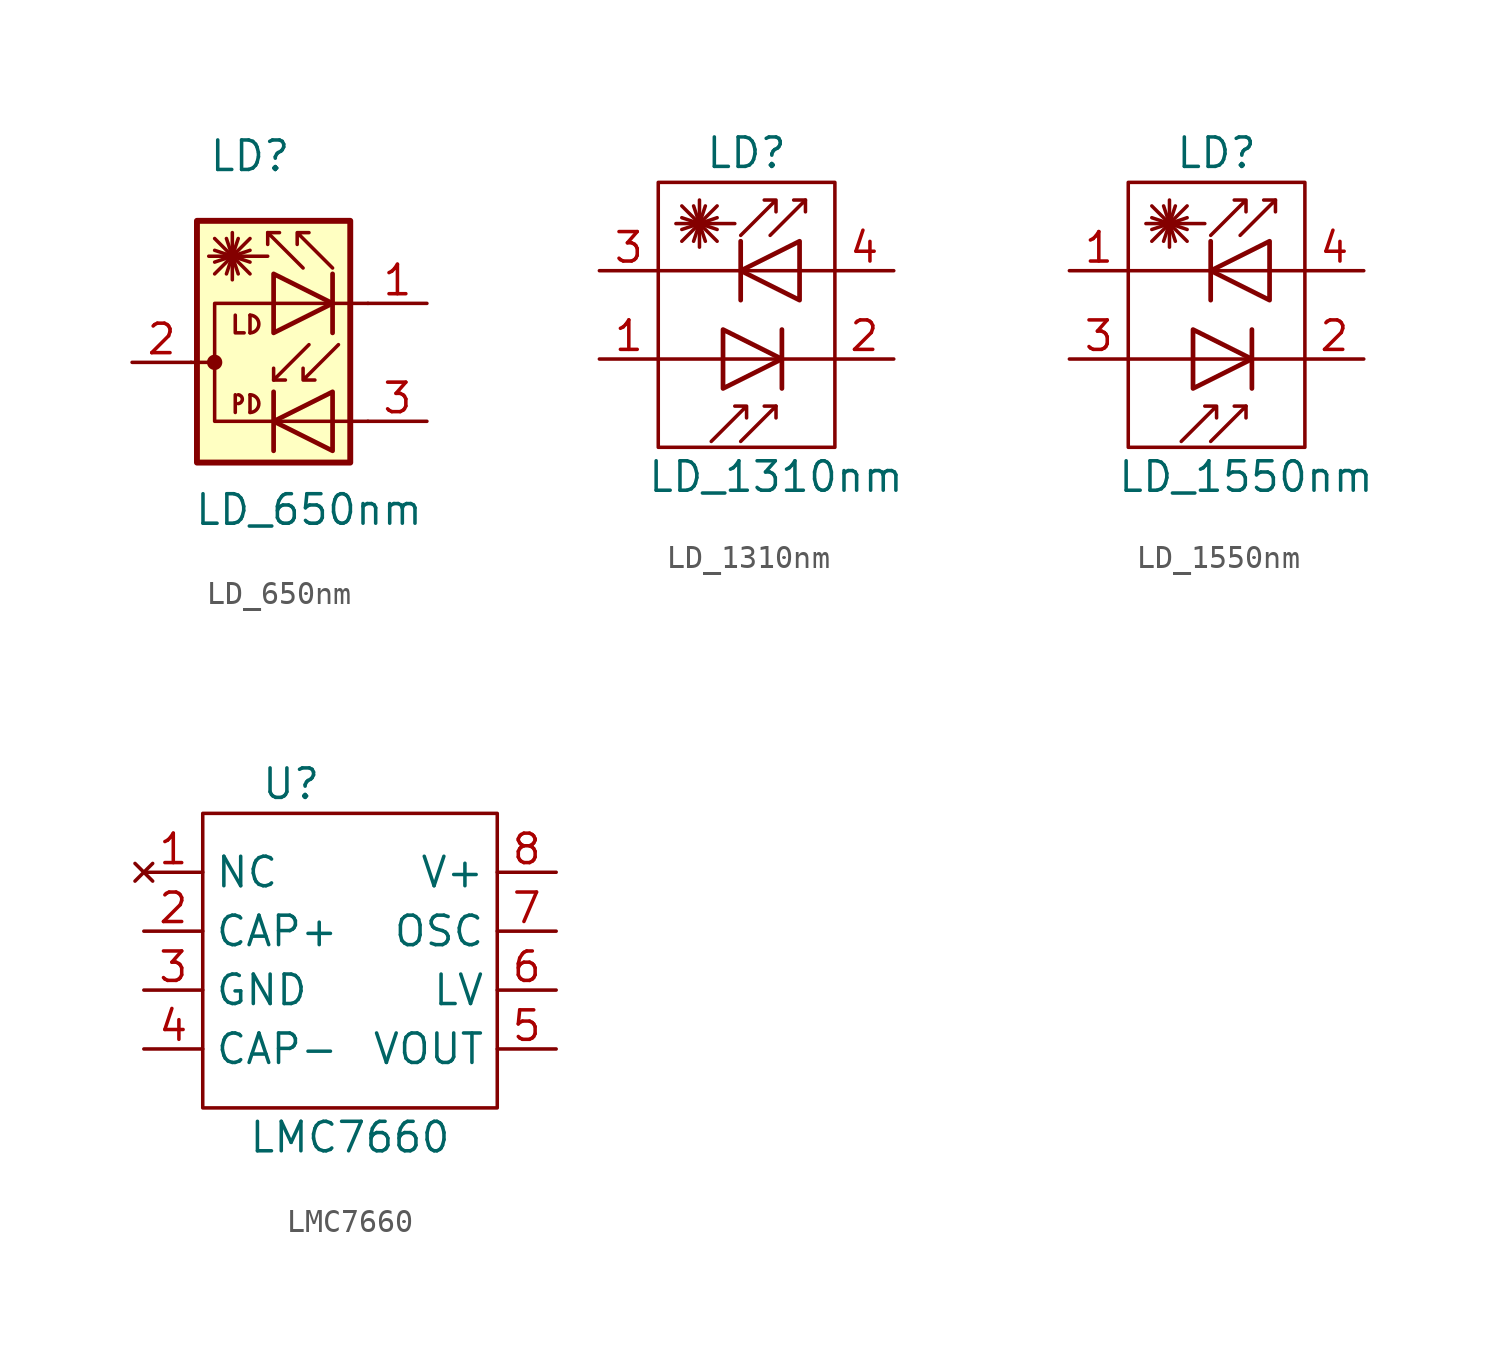
<source format=kicad_sym>
(kicad_symbol_lib
  (version 20220914)
  (generator kicad_symbol_editor)
  (symbol "LD_650nm"
    (pin_names
      (offset 1.016))
    (property "Reference" "LD"
      (at -1.27 8.89 0)
      (effects (font (size 1.27 1.27))))
    (property "Value" "LD_650nm"
      (at 1.27 -6.35 0)
      (effects (font (size 1.27 1.27))))
    (symbol "LD_650nm_1_1"
      (circle (center -2.794 0) (radius 0.254) (stroke (width 0) (type default)) (fill (type outline)))
      (arc (start -1.778 -1.778) (mid -1.6002 -1.6002) (end -1.778 -1.397) (stroke (width 0) (type default)) (fill (type none)))
      (arc (start -1.27 -2.159) (mid -0.8906 -1.778) (end -1.27 -1.397) (stroke (width 0) (type default)) (fill (type none)))
      (arc (start -1.27 1.27) (mid -0.8906 1.651) (end -1.27 2.032) (stroke (width 0) (type default)) (fill (type none)))
      (polyline (pts (xy -3.81 0) (xy -2.794 0)) (stroke (width 0) (type default)) (fill (type none)))
      (polyline (pts (xy -2.794 3.81) (xy -1.27 5.334)) (stroke (width 0) (type default)) (fill (type none)))
      (polyline (pts (xy -2.794 4.318) (xy -1.27 4.826)) (stroke (width 0) (type default)) (fill (type none)))
      (polyline (pts (xy -2.794 4.826) (xy -1.27 4.318)) (stroke (width 0) (type default)) (fill (type none)))
      (polyline (pts (xy -2.794 5.334) (xy -1.27 3.81)) (stroke (width 0) (type default)) (fill (type none)))
      (polyline (pts (xy -2.286 5.334) (xy -1.778 3.81)) (stroke (width 0) (type default)) (fill (type none)))
      (polyline (pts (xy -2.032 4.572) (xy -2.032 3.556)) (stroke (width 0) (type default)) (fill (type none)))
      (polyline (pts (xy -2.032 4.572) (xy -2.032 5.588)) (stroke (width 0) (type default)) (fill (type none)))
      (polyline (pts (xy -1.905 -1.397) (xy -1.905 -2.159)) (stroke (width 0) (type default)) (fill (type none)))
      (polyline (pts (xy -1.778 5.334) (xy -2.286 3.81)) (stroke (width 0) (type default)) (fill (type none)))
      (polyline (pts (xy -1.27 -1.397) (xy -1.27 -2.159)) (stroke (width 0) (type default)) (fill (type none)))
      (polyline (pts (xy -1.27 2.032) (xy -1.27 1.27)) (stroke (width 0) (type default)) (fill (type none)))
      (polyline (pts (xy -0.508 4.572) (xy -3.048 4.572)) (stroke (width 0) (type default)) (fill (type none)))
      (polyline (pts (xy -0.508 5.588) (xy 0 5.588)) (stroke (width 0) (type default)) (fill (type none)))
      (polyline (pts (xy -0.254 -1.27) (xy -0.254 -3.81)) (stroke (width 0.203) (type default)) (fill (type none)))
      (polyline (pts (xy -0.254 -0.762) (xy 0.254 -0.762)) (stroke (width 0) (type default)) (fill (type none)))
      (polyline (pts (xy 2.286 3.81) (xy 2.286 1.27)) (stroke (width 0.203) (type default)) (fill (type none)))
      (polyline (pts (xy -1.905 2.032) (xy -1.905 1.27) (xy -1.524 1.27)) (stroke (width 0) (type default)) (fill (type none)))
      (polyline (pts (xy 1.016 4.064) (xy -0.508 5.588) (xy -0.508 5.08)) (stroke (width 0) (type default)) (fill (type none)))
      (polyline (pts (xy 1.27 0.762) (xy -0.254 -0.762) (xy -0.254 -0.254)) (stroke (width 0) (type default)) (fill (type none)))
      (polyline (pts (xy -0.254 3.81) (xy -0.254 1.27) (xy 2.286 2.54) (xy -0.254 3.81)) (stroke (width 0.203) (type default)) (fill (type none)))
      (polyline (pts (xy 2.286 -1.27) (xy 2.286 -3.81) (xy -0.254 -2.54) (xy 2.286 -1.27)) (stroke (width 0.203) (type default)) (fill (type none)))
      (polyline (pts (xy 3.81 2.54) (xy -2.794 2.54) (xy -2.794 -2.54) (xy 3.81 -2.54)) (stroke (width 0) (type default)) (fill (type none)))
      (polyline (pts (xy 2.286 4.064) (xy 0.762 5.588) (xy 0.762 5.08) (xy 0.762 5.588) (xy 1.27 5.588)) (stroke (width 0) (type default)) (fill (type none)))
      (polyline (pts (xy 2.54 0.762) (xy 1.016 -0.762) (xy 1.016 -0.254) (xy 1.016 -0.762) (xy 1.524 -0.762)) (stroke (width 0) (type default)) (fill (type none)))
      (rectangle (start 3.048 6.096) (end -3.556 -4.318) (stroke (width 0.254) (type default)) (fill (type background)))
      (pin passive line (at 6.35 2.54 180) (length 2.54) (name "~" (effects (font (size 1.27 1.27)))) (number "1" (effects (font (size 1.27 1.27)))))
      (pin passive line (at -6.35 0 0) (length 2.54) (name "~" (effects (font (size 1.27 1.27)))) (number "2" (effects (font (size 1.27 1.27)))))
      (pin passive line (at 6.35 -2.54 180) (length 2.54) (name "~" (effects (font (size 1.27 1.27)))) (number "3" (effects (font (size 1.27 1.27)))))))
  (symbol "LD_1310nm"
    (pin_names
      (offset 1.016))
    (property "Reference" "LD"
      (at 0 7.62 0)
      (effects (font (size 1.27 1.27))))
    (property "Value" "LD_1310nm"
      (at 1.27 -6.35 0)
      (effects (font (size 1.27 1.27))))
    (symbol "LD_1310nm_1_1"
      (rectangle (start -3.81 6.35) (end 3.81 -5.08) (stroke (width 0) (type default)) (fill (type none)))
      (polyline (pts (xy -3.81 -1.27) (xy 3.81 -1.27)) (stroke (width 0) (type default)) (fill (type none)))
      (polyline (pts (xy -2.794 3.81) (xy -1.27 5.334)) (stroke (width 0) (type default)) (fill (type none)))
      (polyline (pts (xy -2.794 4.318) (xy -1.27 4.826)) (stroke (width 0) (type default)) (fill (type none)))
      (polyline (pts (xy -2.794 4.826) (xy -1.27 4.318)) (stroke (width 0) (type default)) (fill (type none)))
      (polyline (pts (xy -2.794 5.334) (xy -1.27 3.81)) (stroke (width 0) (type default)) (fill (type none)))
      (polyline (pts (xy -2.286 5.334) (xy -1.778 3.81)) (stroke (width 0) (type default)) (fill (type none)))
      (polyline (pts (xy -2.032 4.572) (xy -2.032 3.556)) (stroke (width 0) (type default)) (fill (type none)))
      (polyline (pts (xy -2.032 4.572) (xy -2.032 5.588)) (stroke (width 0) (type default)) (fill (type none)))
      (polyline (pts (xy -1.778 5.334) (xy -2.286 3.81)) (stroke (width 0) (type default)) (fill (type none)))
      (polyline (pts (xy -0.508 4.572) (xy -3.048 4.572)) (stroke (width 0) (type default)) (fill (type none)))
      (polyline (pts (xy -0.254 3.81) (xy -0.254 1.27)) (stroke (width 0.203) (type default)) (fill (type none)))
      (polyline (pts (xy 1.27 -3.302) (xy 0.762 -3.302)) (stroke (width 0) (type default)) (fill (type none)))
      (polyline (pts (xy 1.524 -2.54) (xy 1.524 0)) (stroke (width 0.203) (type default)) (fill (type none)))
      (polyline (pts (xy 2.54 5.588) (xy 2.032 5.588)) (stroke (width 0) (type default)) (fill (type none)))
      (polyline (pts (xy 3.81 2.54) (xy -3.81 2.54)) (stroke (width 0) (type default)) (fill (type none)))
      (polyline (pts (xy -0.254 -4.826) (xy 1.27 -3.302) (xy 1.27 -3.81)) (stroke (width 0) (type default)) (fill (type none)))
      (polyline (pts (xy 1.016 4.064) (xy 2.54 5.588) (xy 2.54 5.08)) (stroke (width 0) (type default)) (fill (type none)))
      (polyline (pts (xy -1.016 -2.54) (xy -1.016 0) (xy 1.524 -1.27) (xy -1.016 -2.54)) (stroke (width 0.203) (type default)) (fill (type none)))
      (polyline (pts (xy 2.286 3.81) (xy 2.286 1.27) (xy -0.254 2.54) (xy 2.286 3.81)) (stroke (width 0.203) (type default)) (fill (type none)))
      (polyline (pts (xy -1.524 -4.826) (xy 0 -3.302) (xy 0 -3.81) (xy 0 -3.302) (xy -0.508 -3.302)) (stroke (width 0) (type default)) (fill (type none)))
      (polyline (pts (xy -0.254 4.064) (xy 1.27 5.588) (xy 1.27 5.08) (xy 1.27 5.588) (xy 0.762 5.588)) (stroke (width 0) (type default)) (fill (type none)))
      (pin passive line (at -6.35 -1.27 0) (length 2.54) (name "~" (effects (font (size 1.27 1.27)))) (number "1" (effects (font (size 1.27 1.27)))))
      (pin passive line (at 6.35 -1.27 180) (length 2.54) (name "~" (effects (font (size 1.27 1.27)))) (number "2" (effects (font (size 1.27 1.27)))))
      (pin passive line (at -6.35 2.54 0) (length 2.54) (name "~" (effects (font (size 1.27 1.27)))) (number "3" (effects (font (size 1.27 1.27)))))
      (pin passive line (at 6.35 2.54 180) (length 2.54) (name "~" (effects (font (size 1.27 1.27)))) (number "4" (effects (font (size 1.27 1.27)))))))
  (symbol "LD_1550nm"
    (pin_names
      (offset 1.016))
    (property "Reference" "LD"
      (at 0 7.62 0)
      (effects (font (size 1.27 1.27))))
    (property "Value" "LD_1550nm"
      (at 1.27 -6.35 0)
      (effects (font (size 1.27 1.27))))
    (symbol "LD_1550nm_1_1"
      (rectangle (start -3.81 6.35) (end 3.81 -5.08) (stroke (width 0) (type default)) (fill (type none)))
      (polyline (pts (xy -3.81 -1.27) (xy 3.81 -1.27)) (stroke (width 0) (type default)) (fill (type none)))
      (polyline (pts (xy -2.794 3.81) (xy -1.27 5.334)) (stroke (width 0) (type default)) (fill (type none)))
      (polyline (pts (xy -2.794 4.318) (xy -1.27 4.826)) (stroke (width 0) (type default)) (fill (type none)))
      (polyline (pts (xy -2.794 4.826) (xy -1.27 4.318)) (stroke (width 0) (type default)) (fill (type none)))
      (polyline (pts (xy -2.794 5.334) (xy -1.27 3.81)) (stroke (width 0) (type default)) (fill (type none)))
      (polyline (pts (xy -2.286 5.334) (xy -1.778 3.81)) (stroke (width 0) (type default)) (fill (type none)))
      (polyline (pts (xy -2.032 4.572) (xy -2.032 3.556)) (stroke (width 0) (type default)) (fill (type none)))
      (polyline (pts (xy -2.032 4.572) (xy -2.032 5.588)) (stroke (width 0) (type default)) (fill (type none)))
      (polyline (pts (xy -1.778 5.334) (xy -2.286 3.81)) (stroke (width 0) (type default)) (fill (type none)))
      (polyline (pts (xy -0.508 4.572) (xy -3.048 4.572)) (stroke (width 0) (type default)) (fill (type none)))
      (polyline (pts (xy -0.254 3.81) (xy -0.254 1.27)) (stroke (width 0.203) (type default)) (fill (type none)))
      (polyline (pts (xy 1.27 -3.302) (xy 0.762 -3.302)) (stroke (width 0) (type default)) (fill (type none)))
      (polyline (pts (xy 1.524 -2.54) (xy 1.524 0)) (stroke (width 0.203) (type default)) (fill (type none)))
      (polyline (pts (xy 2.54 5.588) (xy 2.032 5.588)) (stroke (width 0) (type default)) (fill (type none)))
      (polyline (pts (xy 3.81 2.54) (xy -3.81 2.54)) (stroke (width 0) (type default)) (fill (type none)))
      (polyline (pts (xy -0.254 -4.826) (xy 1.27 -3.302) (xy 1.27 -3.81)) (stroke (width 0) (type default)) (fill (type none)))
      (polyline (pts (xy 1.016 4.064) (xy 2.54 5.588) (xy 2.54 5.08)) (stroke (width 0) (type default)) (fill (type none)))
      (polyline (pts (xy -1.016 -2.54) (xy -1.016 0) (xy 1.524 -1.27) (xy -1.016 -2.54)) (stroke (width 0.203) (type default)) (fill (type none)))
      (polyline (pts (xy 2.286 3.81) (xy 2.286 1.27) (xy -0.254 2.54) (xy 2.286 3.81)) (stroke (width 0.203) (type default)) (fill (type none)))
      (polyline (pts (xy -1.524 -4.826) (xy 0 -3.302) (xy 0 -3.81) (xy 0 -3.302) (xy -0.508 -3.302)) (stroke (width 0) (type default)) (fill (type none)))
      (polyline (pts (xy -0.254 4.064) (xy 1.27 5.588) (xy 1.27 5.08) (xy 1.27 5.588) (xy 0.762 5.588)) (stroke (width 0) (type default)) (fill (type none)))
      (pin passive line (at -6.35 2.54 0) (length 2.54) (name "~" (effects (font (size 1.27 1.27)))) (number "1" (effects (font (size 1.27 1.27)))))
      (pin passive line (at 6.35 -1.27 180) (length 2.54) (name "~" (effects (font (size 1.27 1.27)))) (number "2" (effects (font (size 1.27 1.27)))))
      (pin passive line (at -6.35 -1.27 0) (length 2.54) (name "~" (effects (font (size 1.27 1.27)))) (number "3" (effects (font (size 1.27 1.27)))))
      (pin passive line (at 6.35 2.54 180) (length 2.54) (name "~" (effects (font (size 1.27 1.27)))) (number "4" (effects (font (size 1.27 1.27)))))))
  (symbol "LMC7660"
    (property "Reference" "U"
      (at -2.54 7.62 0)
      (effects (font (size 1.27 1.27))))
    (property "Value" "LMC7660"
      (at 0 -7.62 0)
      (effects (font (size 1.27 1.27))))
    (symbol "LMC7660_0_1"
      (rectangle (start -6.35 6.35) (end 6.35 -6.35) (stroke (width 0.152) (type default)) (fill (type none))))
    (symbol "LMC7660_1_1"
      (pin no_connect line (at -8.89 3.81 0) (length 2.54) (name "NC" (effects (font (size 1.27 1.27)))) (number "1" (effects (font (size 1.27 1.27)))))
      (pin input line (at -8.89 1.27 0) (length 2.54) (name "CAP+" (effects (font (size 1.27 1.27)))) (number "2" (effects (font (size 1.27 1.27)))))
      (pin power_in line (at -8.89 -1.27 0) (length 2.54) (name "GND" (effects (font (size 1.27 1.27)))) (number "3" (effects (font (size 1.27 1.27)))))
      (pin input line (at -8.89 -3.81 0) (length 2.54) (name "CAP-" (effects (font (size 1.27 1.27)))) (number "4" (effects (font (size 1.27 1.27)))))
      (pin power_out line (at 8.89 -3.81 180) (length 2.54) (name "VOUT" (effects (font (size 1.27 1.27)))) (number "5" (effects (font (size 1.27 1.27)))))
      (pin input line (at 8.89 -1.27 180) (length 2.54) (name "LV" (effects (font (size 1.27 1.27)))) (number "6" (effects (font (size 1.27 1.27)))))
      (pin input line (at 8.89 1.27 180) (length 2.54) (name "OSC" (effects (font (size 1.27 1.27)))) (number "7" (effects (font (size 1.27 1.27)))))
      (pin power_in line (at 8.89 3.81 180) (length 2.54) (name "V+" (effects (font (size 1.27 1.27)))) (number "8" (effects (font (size 1.27 1.27))))))))
</source>
